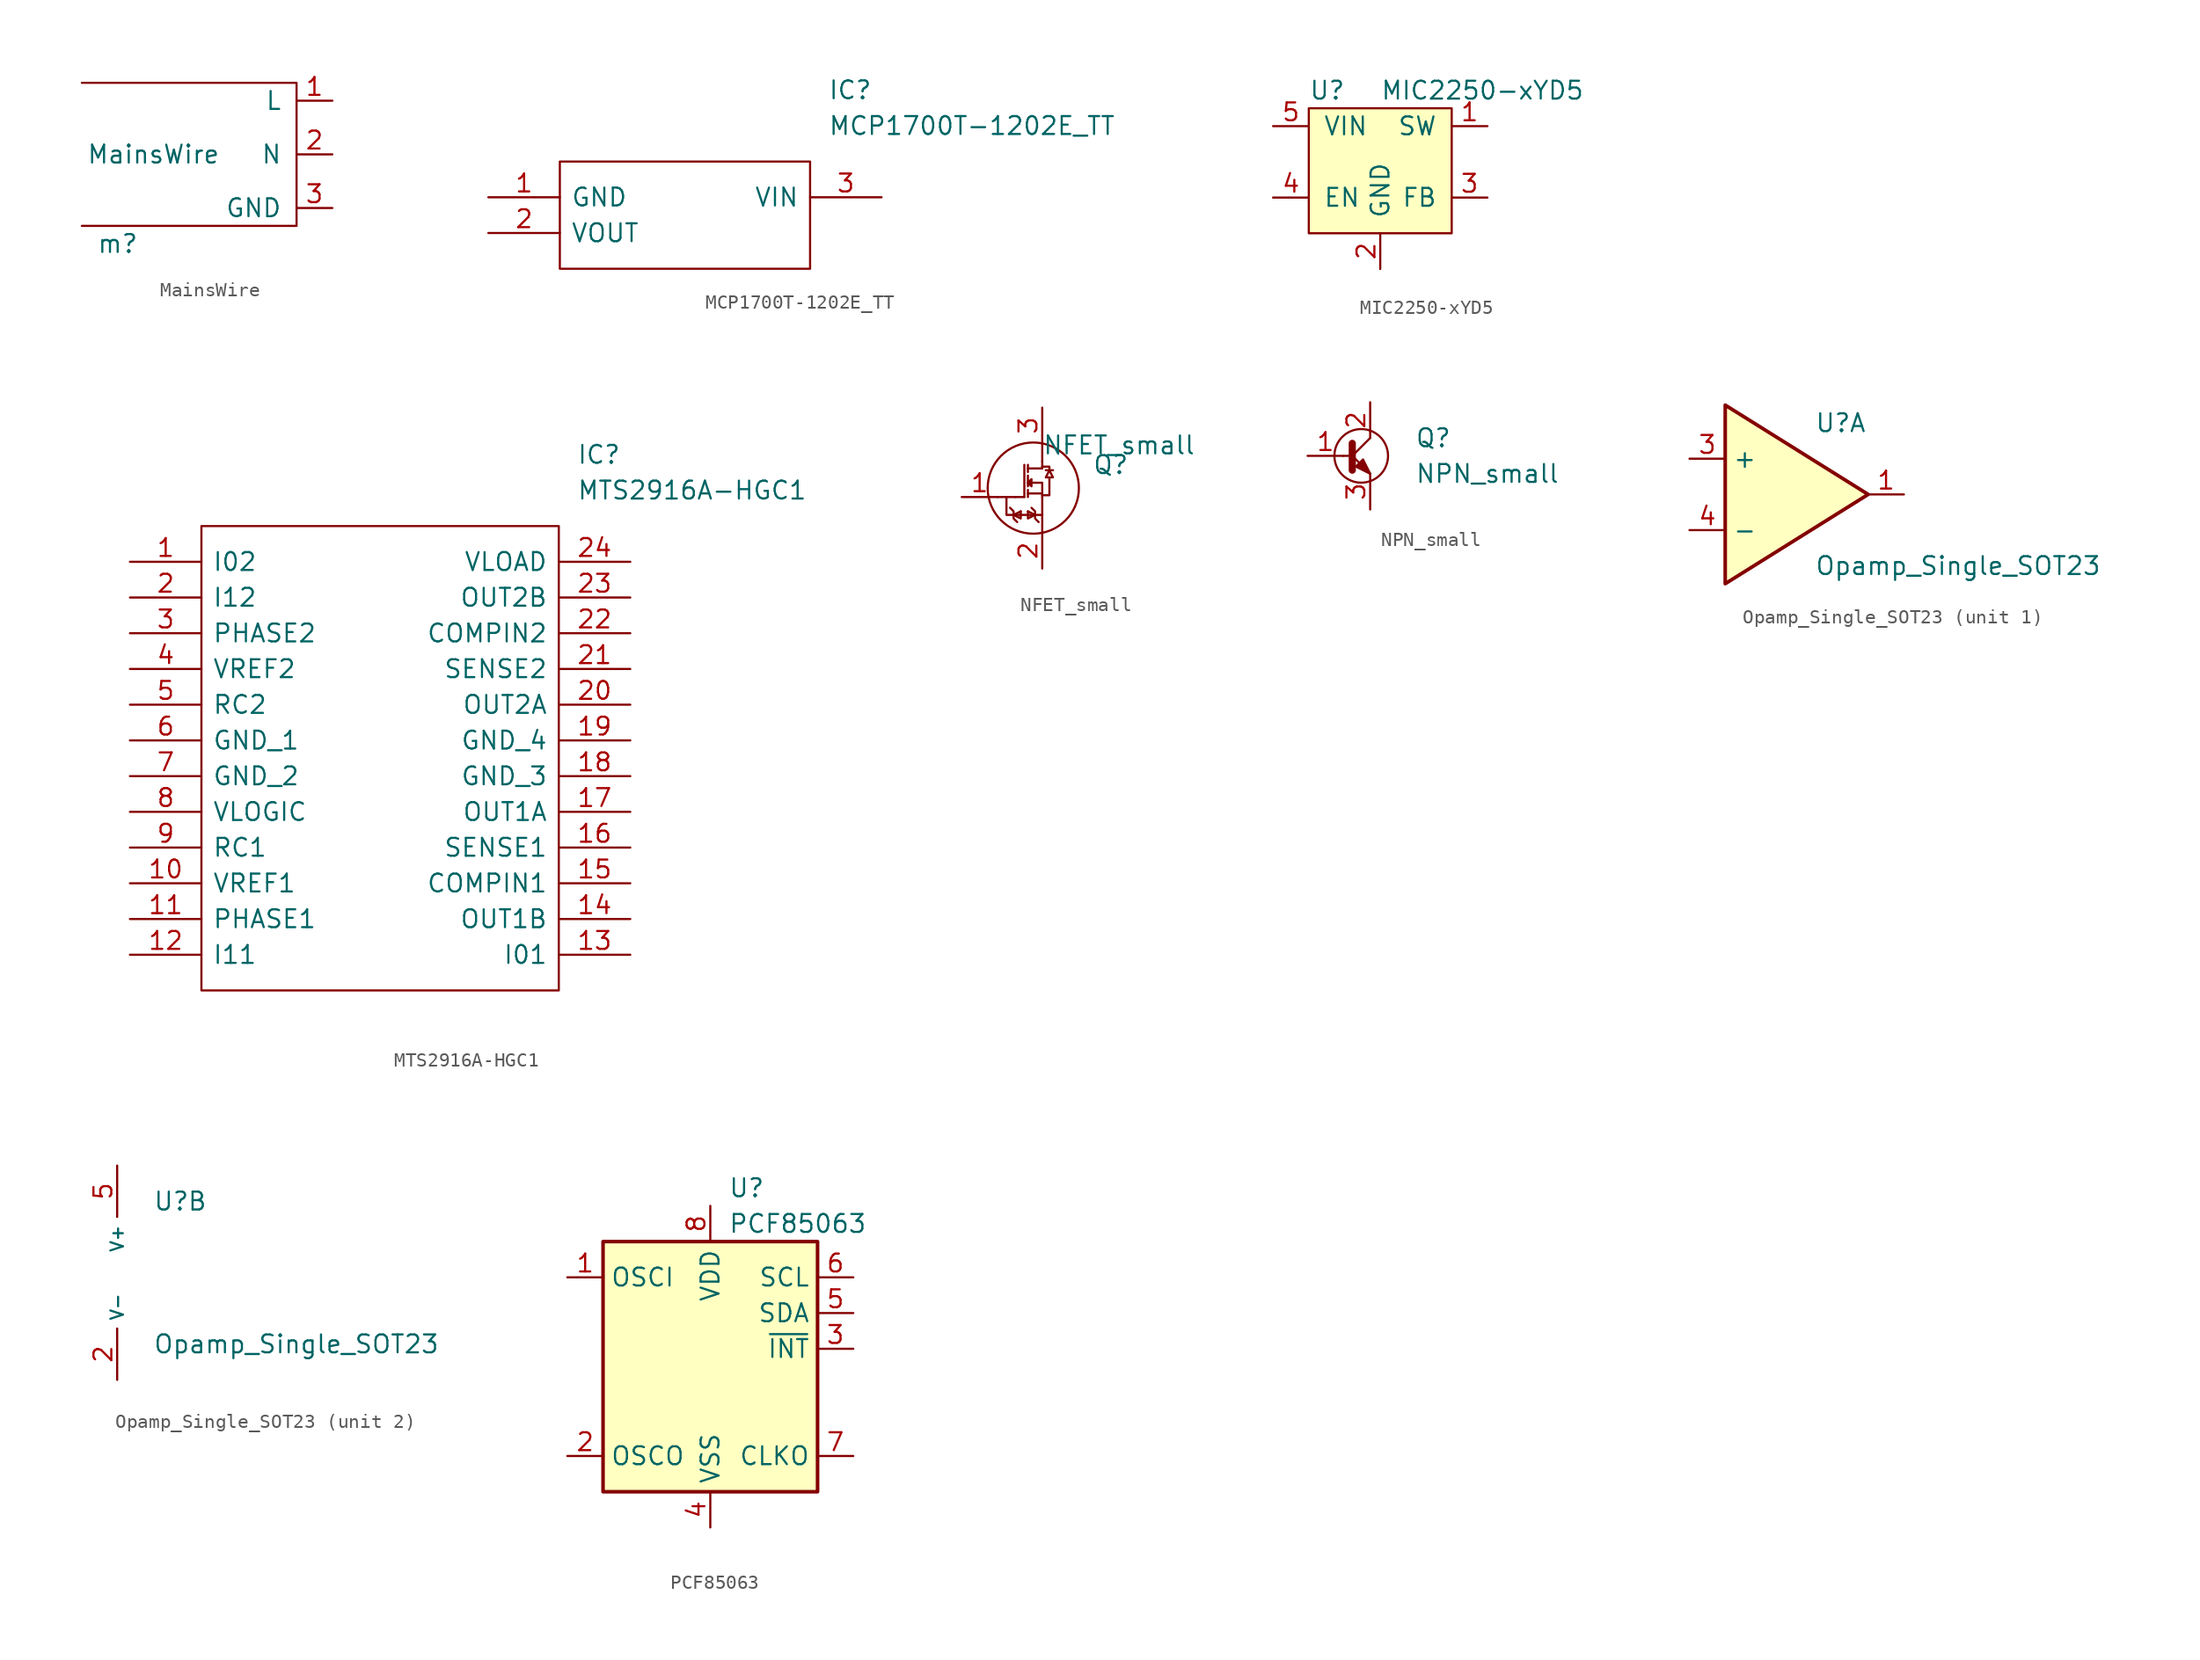
<source format=kicad_sym>
(kicad_symbol_lib
  (version 20211014)
  (generator kicad_symbol_editor)
  (symbol "MainsWire"
    (pin_names
      (offset 1.016))
    (property "Reference" "m"
      (at -2.54 -6.35 0)
      (effects (font (size 1.27 1.27))))
    (property "Value" "MainsWire"
      (at 0 0 0)
      (effects (font (size 1.27 1.27))))
    (symbol "MainsWire_0_1"
      (polyline (pts (xy -5.08 5.08) (xy 10.16 5.08) (xy 10.16 -5.08) (xy -5.08 -5.08)) (stroke (width 0) (type default) (color 0 0 0 0)) (fill (type none))))
    (symbol "MainsWire_1_1"
      (pin passive line (at 12.7 3.81 180) (length 2.54) (name "L" (effects (font (size 1.27 1.27)))) (number "1" (effects (font (size 1.27 1.27)))))
      (pin passive line (at 12.7 0 180) (length 2.54) (name "N" (effects (font (size 1.27 1.27)))) (number "2" (effects (font (size 1.27 1.27)))))
      (pin passive line (at 12.7 -3.81 180) (length 2.54) (name "GND" (effects (font (size 1.27 1.27)))) (number "3" (effects (font (size 1.27 1.27)))))))
  (symbol "MCP1700T-1202E_TT"
    (pin_names
      (offset 0.762))
    (property "Reference" "IC"
      (at 24.13 7.62 0)
      (effects (font (size 1.27 1.27)) (justify left)))
    (property "Value" "MCP1700T-1202E_TT"
      (at 24.13 5.08 0)
      (effects (font (size 1.27 1.27)) (justify left)))
    (symbol "MCP1700T-1202E_TT_0_0"
      (pin power_in line (at 0 0 0) (length 5.08) (name "GND" (effects (font (size 1.27 1.27)))) (number "1" (effects (font (size 1.27 1.27)))))
      (pin output line (at 0 -2.54 0) (length 5.08) (name "VOUT" (effects (font (size 1.27 1.27)))) (number "2" (effects (font (size 1.27 1.27)))))
      (pin input line (at 27.94 0 180) (length 5.08) (name "VIN" (effects (font (size 1.27 1.27)))) (number "3" (effects (font (size 1.27 1.27))))))
    (symbol "MCP1700T-1202E_TT_0_1"
      (polyline (pts (xy 5.08 2.54) (xy 22.86 2.54) (xy 22.86 -5.08) (xy 5.08 -5.08) (xy 5.08 2.54)) (stroke (width 0.152) (type default) (color 0 0 0 0)) (fill (type none)))))
  (symbol "MIC2250-xYD5"
    (pin_names
      (offset 1.016))
    (property "Reference" "U"
      (at -5.08 7.62 0)
      (effects (font (size 1.27 1.27)) (justify left)))
    (property "Value" "MIC2250-xYD5"
      (at 0 7.62 0)
      (effects (font (size 1.27 1.27)) (justify left)))
    (symbol "MIC2250-xYD5_0_1"
      (rectangle (start -5.08 6.35) (end 5.08 -2.54) (stroke (width 0) (type default) (color 0 0 0 0)) (fill (type background))))
    (symbol "MIC2250-xYD5_1_1"
      (pin power_out line (at 7.62 5.08 180) (length 2.54) (name "SW" (effects (font (size 1.27 1.27)))) (number "1" (effects (font (size 1.27 1.27)))))
      (pin power_in line (at 0 -5.08 90) (length 2.54) (name "GND" (effects (font (size 1.27 1.27)))) (number "2" (effects (font (size 1.27 1.27)))))
      (pin input line (at 7.62 0 180) (length 2.54) (name "FB" (effects (font (size 1.27 1.27)))) (number "3" (effects (font (size 1.27 1.27)))))
      (pin input line (at -7.62 0 0) (length 2.54) (name "EN" (effects (font (size 1.27 1.27)))) (number "4" (effects (font (size 1.27 1.27)))))
      (pin power_in line (at -7.62 5.08 0) (length 2.54) (name "VIN" (effects (font (size 1.27 1.27)))) (number "5" (effects (font (size 1.27 1.27)))))))
  (symbol "MTS2916A-HGC1"
    (pin_names
      (offset 0.762))
    (property "Reference" "IC"
      (at 31.75 7.62 0)
      (effects (font (size 1.27 1.27)) (justify left)))
    (property "Value" "MTS2916A-HGC1"
      (at 31.75 5.08 0)
      (effects (font (size 1.27 1.27)) (justify left)))
    (symbol "MTS2916A-HGC1_0_0"
      (pin unspecified line (at 0 0 0) (length 5.08) (name "I02" (effects (font (size 1.27 1.27)))) (number "1" (effects (font (size 1.27 1.27)))))
      (pin unspecified line (at 0 -22.86 0) (length 5.08) (name "VREF1" (effects (font (size 1.27 1.27)))) (number "10" (effects (font (size 1.27 1.27)))))
      (pin unspecified line (at 0 -25.4 0) (length 5.08) (name "PHASE1" (effects (font (size 1.27 1.27)))) (number "11" (effects (font (size 1.27 1.27)))))
      (pin unspecified line (at 0 -27.94 0) (length 5.08) (name "I11" (effects (font (size 1.27 1.27)))) (number "12" (effects (font (size 1.27 1.27)))))
      (pin unspecified line (at 35.56 -27.94 180) (length 5.08) (name "I01" (effects (font (size 1.27 1.27)))) (number "13" (effects (font (size 1.27 1.27)))))
      (pin unspecified line (at 35.56 -25.4 180) (length 5.08) (name "OUT1B" (effects (font (size 1.27 1.27)))) (number "14" (effects (font (size 1.27 1.27)))))
      (pin unspecified line (at 35.56 -22.86 180) (length 5.08) (name "COMPIN1" (effects (font (size 1.27 1.27)))) (number "15" (effects (font (size 1.27 1.27)))))
      (pin unspecified line (at 35.56 -20.32 180) (length 5.08) (name "SENSE1" (effects (font (size 1.27 1.27)))) (number "16" (effects (font (size 1.27 1.27)))))
      (pin unspecified line (at 35.56 -17.78 180) (length 5.08) (name "OUT1A" (effects (font (size 1.27 1.27)))) (number "17" (effects (font (size 1.27 1.27)))))
      (pin unspecified line (at 35.56 -15.24 180) (length 5.08) (name "GND_3" (effects (font (size 1.27 1.27)))) (number "18" (effects (font (size 1.27 1.27)))))
      (pin unspecified line (at 35.56 -12.7 180) (length 5.08) (name "GND_4" (effects (font (size 1.27 1.27)))) (number "19" (effects (font (size 1.27 1.27)))))
      (pin unspecified line (at 0 -2.54 0) (length 5.08) (name "I12" (effects (font (size 1.27 1.27)))) (number "2" (effects (font (size 1.27 1.27)))))
      (pin unspecified line (at 35.56 -10.16 180) (length 5.08) (name "OUT2A" (effects (font (size 1.27 1.27)))) (number "20" (effects (font (size 1.27 1.27)))))
      (pin unspecified line (at 35.56 -7.62 180) (length 5.08) (name "SENSE2" (effects (font (size 1.27 1.27)))) (number "21" (effects (font (size 1.27 1.27)))))
      (pin unspecified line (at 35.56 -5.08 180) (length 5.08) (name "COMPIN2" (effects (font (size 1.27 1.27)))) (number "22" (effects (font (size 1.27 1.27)))))
      (pin unspecified line (at 35.56 -2.54 180) (length 5.08) (name "OUT2B" (effects (font (size 1.27 1.27)))) (number "23" (effects (font (size 1.27 1.27)))))
      (pin unspecified line (at 35.56 0 180) (length 5.08) (name "VLOAD" (effects (font (size 1.27 1.27)))) (number "24" (effects (font (size 1.27 1.27)))))
      (pin unspecified line (at 0 -5.08 0) (length 5.08) (name "PHASE2" (effects (font (size 1.27 1.27)))) (number "3" (effects (font (size 1.27 1.27)))))
      (pin unspecified line (at 0 -7.62 0) (length 5.08) (name "VREF2" (effects (font (size 1.27 1.27)))) (number "4" (effects (font (size 1.27 1.27)))))
      (pin unspecified line (at 0 -10.16 0) (length 5.08) (name "RC2" (effects (font (size 1.27 1.27)))) (number "5" (effects (font (size 1.27 1.27)))))
      (pin unspecified line (at 0 -12.7 0) (length 5.08) (name "GND_1" (effects (font (size 1.27 1.27)))) (number "6" (effects (font (size 1.27 1.27)))))
      (pin unspecified line (at 0 -15.24 0) (length 5.08) (name "GND_2" (effects (font (size 1.27 1.27)))) (number "7" (effects (font (size 1.27 1.27)))))
      (pin unspecified line (at 0 -17.78 0) (length 5.08) (name "VLOGIC" (effects (font (size 1.27 1.27)))) (number "8" (effects (font (size 1.27 1.27)))))
      (pin unspecified line (at 0 -20.32 0) (length 5.08) (name "RC1" (effects (font (size 1.27 1.27)))) (number "9" (effects (font (size 1.27 1.27))))))
    (symbol "MTS2916A-HGC1_0_1"
      (polyline (pts (xy 5.08 2.54) (xy 30.48 2.54) (xy 30.48 -30.48) (xy 5.08 -30.48) (xy 5.08 2.54)) (stroke (width 0.152) (type default) (color 0 0 0 0)) (fill (type none)))))
  (symbol "NFET_small"
    (pin_names
      (offset 0) hide)
    (property "Reference" "Q"
      (at 4.826 1.016 0)
      (effects (font (size 1.27 1.27)) (justify left)))
    (property "Value" "NFET_small"
      (at 1.27 2.413 0)
      (effects (font (size 1.27 1.27)) (justify left)))
    (symbol "NFET_small_0_1"
      (polyline (pts (xy -1.905 -1.27) (xy -0.635 -1.27)) (stroke (width 0.152) (type default) (color 0 0 0 0)) (fill (type none)))
      (polyline (pts (xy -0.762 -2.54) (xy -0.254 -2.286)) (stroke (width 0.152) (type default) (color 0 0 0 0)) (fill (type none)))
      (polyline (pts (xy -0.635 -1.27) (xy 0 -1.27)) (stroke (width 0) (type default) (color 0 0 0 0)) (fill (type none)))
      (polyline (pts (xy 0 -1.27) (xy 0 1.016)) (stroke (width 0) (type default) (color 0 0 0 0)) (fill (type none)))
      (polyline (pts (xy 0.254 -2.286) (xy 0.762 -2.54)) (stroke (width 0.152) (type default) (color 0 0 0 0)) (fill (type none)))
      (polyline (pts (xy 0.254 -1.016) (xy 1.27 -1.016)) (stroke (width 0) (type default) (color 0 0 0 0)) (fill (type none)))
      (polyline (pts (xy 0.254 -0.762) (xy 0.254 -1.27)) (stroke (width 0) (type default) (color 0 0 0 0)) (fill (type none)))
      (polyline (pts (xy 0.254 0.254) (xy 0.254 -0.508)) (stroke (width 0) (type default) (color 0 0 0 0)) (fill (type none)))
      (polyline (pts (xy 0.254 1.016) (xy 0.254 0.508)) (stroke (width 0) (type default) (color 0 0 0 0)) (fill (type none)))
      (polyline (pts (xy 1.27 -3.81) (xy 1.27 -2.54)) (stroke (width 0.152) (type default) (color 0 0 0 0)) (fill (type none)))
      (polyline (pts (xy 1.27 -2.54) (xy 1.27 -1.27)) (stroke (width 0.152) (type default) (color 0 0 0 0)) (fill (type none)))
      (polyline (pts (xy 1.27 0.762) (xy 0.254 0.762)) (stroke (width 0) (type default) (color 0 0 0 0)) (fill (type none)))
      (polyline (pts (xy 1.27 1.27) (xy 1.27 0.762)) (stroke (width 0) (type default) (color 0 0 0 0)) (fill (type none)))
      (polyline (pts (xy 1.27 1.27) (xy 1.27 2.54)) (stroke (width 0.152) (type default) (color 0 0 0 0)) (fill (type none)))
      (polyline (pts (xy -1.27 -1.27) (xy -1.27 -2.54) (xy 1.27 -2.54)) (stroke (width 0.152) (type default) (color 0 0 0 0)) (fill (type none)))
      (polyline (pts (xy -0.254 -2.286) (xy -0.254 -2.794) (xy -0.762 -2.54)) (stroke (width 0.152) (type default) (color 0 0 0 0)) (fill (type none)))
      (polyline (pts (xy 0.254 -2.286) (xy 0.254 -2.794) (xy 0.762 -2.54)) (stroke (width 0.152) (type default) (color 0 0 0 0)) (fill (type none)))
      (polyline (pts (xy -1.016 -2.032) (xy -0.762 -2.286) (xy -0.762 -2.794) (xy -0.508 -3.048)) (stroke (width 0.152) (type default) (color 0 0 0 0)) (fill (type none)))
      (polyline (pts (xy 0.254 -0.254) (xy 0.508 0) (xy 0.508 -0.508) (xy 0.254 -0.254)) (stroke (width 0) (type default) (color 0 0 0 0)) (fill (type none)))
      (polyline (pts (xy 0.508 -2.032) (xy 0.762 -2.286) (xy 0.762 -2.794) (xy 1.016 -3.048)) (stroke (width 0.152) (type default) (color 0 0 0 0)) (fill (type none)))
      (polyline (pts (xy 1.27 -1.27) (xy 1.27 -0.508) (xy 1.27 -0.254) (xy 0.254 -0.254)) (stroke (width 0) (type default) (color 0 0 0 0)) (fill (type none)))
      (polyline (pts (xy 1.27 -1.143) (xy 1.778 -1.143) (xy 1.778 0.127) (xy 1.524 0.127) (xy 1.778 0.635) (xy 2.032 0.127) (xy 1.778 0.127) (xy 1.524 0.127) (xy 1.778 0.635) (xy 1.524 0.635) (xy 2.032 0.635) (xy 1.778 0.635) (xy 1.778 0.889) (xy 1.27 0.889)) (stroke (width 0) (type default) (color 0 0 0 0)) (fill (type none)))
      (circle (center 0.635 -0.635) (radius 3.238) (stroke (width 0) (type default) (color 0 0 0 0)) (fill (type none))))
    (symbol "NFET_small_1_1"
      (pin input line (at -4.445 -1.27 0) (length 2.54) (name "B" (effects (font (size 1.27 1.27)))) (number "1" (effects (font (size 1.27 1.27)))))
      (pin passive line (at 1.27 -6.35 90) (length 2.54) (name "E" (effects (font (size 1.27 1.27)))) (number "2" (effects (font (size 1.27 1.27)))))
      (pin passive line (at 1.27 5.08 270) (length 2.54) (name "C" (effects (font (size 1.27 1.27)))) (number "3" (effects (font (size 1.27 1.27)))))))
  (symbol "NPN_small"
    (pin_names
      (offset 0) hide)
    (property "Reference" "Q"
      (at 5.08 1.27 0)
      (effects (font (size 1.27 1.27)) (justify left)))
    (property "Value" "NPN_small"
      (at 5.08 -1.27 0)
      (effects (font (size 1.27 1.27)) (justify left)))
    (symbol "NPN_small_0_1"
      (polyline (pts (xy 0 0) (xy 0.635 0)) (stroke (width 0) (type default) (color 0 0 0 0)) (fill (type none)))
      (polyline (pts (xy 0.635 0.889) (xy 0.635 -1.016)) (stroke (width 0.508) (type default) (color 0 0 0 0)) (fill (type none)))
      (polyline (pts (xy 1.905 -1.27) (xy 0.635 0) (xy 1.905 1.27)) (stroke (width 0) (type default) (color 0 0 0 0)) (fill (type none)))
      (polyline (pts (xy 0.889 -0.762) (xy 1.397 -0.254) (xy 1.905 -1.27) (xy 0.889 -0.762) (xy 0.889 -0.762)) (stroke (width 0) (type default) (color 0 0 0 0)) (fill (type outline)))
      (circle (center 1.27 0) (radius 1.905) (stroke (width 0) (type default) (color 0 0 0 0)) (fill (type none))))
    (symbol "NPN_small_1_1"
      (pin input line (at -2.54 0 0) (length 2.54) (name "B" (effects (font (size 1.27 1.27)))) (number "1" (effects (font (size 1.27 1.27)))))
      (pin passive line (at 1.905 3.81 270) (length 2.54) (name "C" (effects (font (size 1.27 1.27)))) (number "2" (effects (font (size 1.27 1.27)))))
      (pin passive line (at 1.905 -3.81 90) (length 2.54) (name "E" (effects (font (size 1.27 1.27)))) (number "3" (effects (font (size 1.27 1.27)))))))
  (symbol "Opamp_Single_SOT23"
    (property "Reference" "U"
      (at 1.27 5.08 0)
      (effects (font (size 1.27 1.27)) (justify left)))
    (property "Value" "Opamp_Single_SOT23"
      (at 1.27 -5.08 0)
      (effects (font (size 1.27 1.27)) (justify left)))
    (property "ki_locked" ""
      (at 0 0 0)
      (effects (font (size 1.27 1.27))))
    (symbol "Opamp_Single_SOT23_1_1"
      (polyline (pts (xy -5.08 6.35) (xy 5.08 0) (xy -5.08 -6.35) (xy -5.08 6.35)) (stroke (width 0.254) (type default) (color 0 0 0 0)) (fill (type background)))
      (pin output line (at 7.62 0 180) (length 2.54) (name "~" (effects (font (size 1.27 1.27)))) (number "1" (effects (font (size 1.27 1.27)))))
      (pin input line (at -7.62 2.54 0) (length 2.54) (name "+" (effects (font (size 1.27 1.27)))) (number "3" (effects (font (size 1.27 1.27)))))
      (pin input line (at -7.62 -2.54 0) (length 2.54) (name "-" (effects (font (size 1.27 1.27)))) (number "4" (effects (font (size 1.27 1.27))))))
    (symbol "Opamp_Single_SOT23_2_1"
      (pin power_in line (at -1.27 -7.62 90) (length 3.651) (name "V-" (effects (font (size 0.889 0.889)))) (number "2" (effects (font (size 1.27 1.27)))))
      (pin power_in line (at -1.27 7.62 270) (length 3.651) (name "V+" (effects (font (size 0.889 0.889)))) (number "5" (effects (font (size 1.27 1.27)))))))
  (symbol "PCF85063"
    (property "Reference" "U"
      (at 1.27 12.7 0)
      (effects (font (size 1.27 1.27)) (justify left)))
    (property "Value" "PCF85063"
      (at 1.27 10.16 0)
      (effects (font (size 1.27 1.27)) (justify left)))
    (symbol "PCF85063_0_1"
      (rectangle (start -7.62 8.89) (end 7.62 -8.89) (stroke (width 0.254) (type default) (color 0 0 0 0)) (fill (type background))))
    (symbol "PCF85063_1_1"
      (pin input line (at -10.16 6.35 0) (length 2.54) (name "OSCI" (effects (font (size 1.27 1.27)))) (number "1" (effects (font (size 1.27 1.27)))))
      (pin output line (at -10.16 -6.35 0) (length 2.54) (name "OSCO" (effects (font (size 1.27 1.27)))) (number "2" (effects (font (size 1.27 1.27)))))
      (pin output line (at 10.16 1.27 180) (length 2.54) (name "~{INT}" (effects (font (size 1.27 1.27)))) (number "3" (effects (font (size 1.27 1.27)))))
      (pin power_in line (at 0 -11.43 90) (length 2.54) (name "VSS" (effects (font (size 1.27 1.27)))) (number "4" (effects (font (size 1.27 1.27)))))
      (pin bidirectional line (at 10.16 3.81 180) (length 2.54) (name "SDA" (effects (font (size 1.27 1.27)))) (number "5" (effects (font (size 1.27 1.27)))))
      (pin input line (at 10.16 6.35 180) (length 2.54) (name "SCL" (effects (font (size 1.27 1.27)))) (number "6" (effects (font (size 1.27 1.27)))))
      (pin output line (at 10.16 -6.35 180) (length 2.54) (name "CLKO" (effects (font (size 1.27 1.27)))) (number "7" (effects (font (size 1.27 1.27)))))
      (pin power_in line (at 0 11.43 270) (length 2.54) (name "VDD" (effects (font (size 1.27 1.27)))) (number "8" (effects (font (size 1.27 1.27))))))))
</source>
